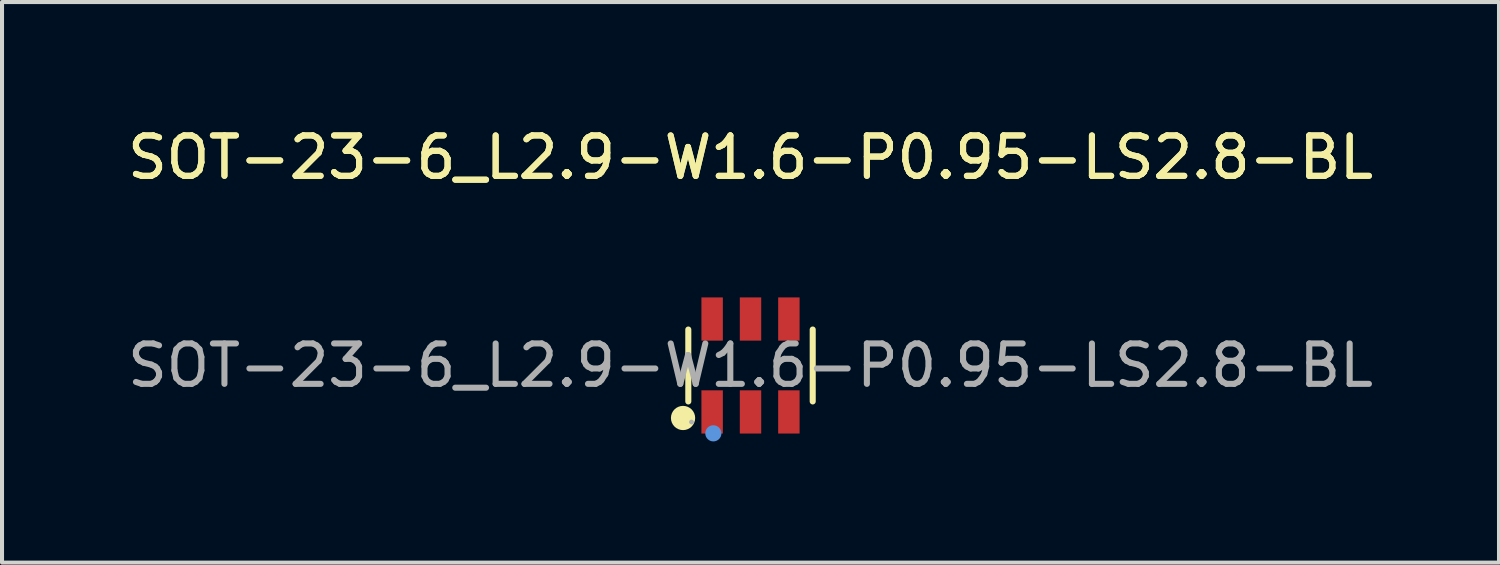
<source format=kicad_pcb>
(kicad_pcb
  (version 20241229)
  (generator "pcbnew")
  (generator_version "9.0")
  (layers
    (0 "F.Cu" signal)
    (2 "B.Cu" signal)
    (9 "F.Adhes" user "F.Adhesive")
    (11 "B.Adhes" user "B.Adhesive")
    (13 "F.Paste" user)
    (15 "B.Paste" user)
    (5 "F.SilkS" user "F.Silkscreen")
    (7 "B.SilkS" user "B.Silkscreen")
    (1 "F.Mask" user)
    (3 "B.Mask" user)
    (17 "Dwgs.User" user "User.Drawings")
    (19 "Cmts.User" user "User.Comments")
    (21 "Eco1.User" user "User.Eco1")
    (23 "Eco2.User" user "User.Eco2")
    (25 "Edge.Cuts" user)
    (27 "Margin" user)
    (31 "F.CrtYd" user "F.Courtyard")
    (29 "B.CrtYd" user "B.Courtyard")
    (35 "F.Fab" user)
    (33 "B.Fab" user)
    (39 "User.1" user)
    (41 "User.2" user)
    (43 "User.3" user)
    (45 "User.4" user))
  (footprint "SOT-23-6_L2.9-W1.6-P0.95-LS2.8-BL"
    (layer "F.Cu")
    (at 15.53 5.998)
    (property "Reference" "SOT-23-6_L2.9-W1.6-P0.95-LS2.8-BL" (at 0 -5.15 0) (layer "F.SilkS") (effects (font (size 1 1) (thickness 0.15))))
    (attr smd)
    (fp_line (start -1.54 0.89) (end -1.54 -0.89) (stroke (width 0.15) (type solid)) (layer "F.SilkS"))
    (fp_line (start 1.54 0.89) (end 1.54 -0.89) (stroke (width 0.15) (type solid)) (layer "F.SilkS"))
    (fp_circle (center -1.67 1.3) (end -1.52 1.3) (stroke (width 0.3) (type solid)) (fill no) (layer "F.SilkS"))
    (fp_circle (center -0.92 1.68) (end -0.82 1.68) (stroke (width 0.2) (type solid)) (fill no) (layer "Cmts.User"))
    (fp_circle (center -1.46 1.4) (end -1.43 1.4) (stroke (width 0.06) (type solid)) (fill no) (layer "F.Fab"))
    (fp_text user "${REFERENCE}" (at 0 -5.15 0) (layer "F.SilkS") (effects (font (size 1 1) (thickness 0.15))))
    (fp_text user "${REFERENCE}" (at 0 0 0) (layer "F.Fab") (effects (font (size 1 1) (thickness 0.15))))
    (pad "1" smd rect (at -0.95 1.15) (size 0.53 1.07) (layers "F.Cu" "F.Mask" "F.Paste"))
    (pad "2" smd rect (at 0 1.15) (size 0.53 1.07) (layers "F.Cu" "F.Mask" "F.Paste"))
    (pad "3" smd rect (at 0.95 1.15) (size 0.53 1.07) (layers "F.Cu" "F.Mask" "F.Paste"))
    (pad "4" smd rect (at 0.95 -1.15) (size 0.53 1.07) (layers "F.Cu" "F.Mask" "F.Paste"))
    (pad "5" smd rect (at 0 -1.15) (size 0.53 1.07) (layers "F.Cu" "F.Mask" "F.Paste"))
    (pad "6" smd rect (at -0.95 -1.15) (size 0.53 1.07) (layers "F.Cu" "F.Mask" "F.Paste")))
  (gr_rect
    (start -3 -3)
    (end 34.06 10.878)
    (stroke (width 0.1) (type default))
    (fill no)
    (layer "Edge.Cuts")))
</source>
